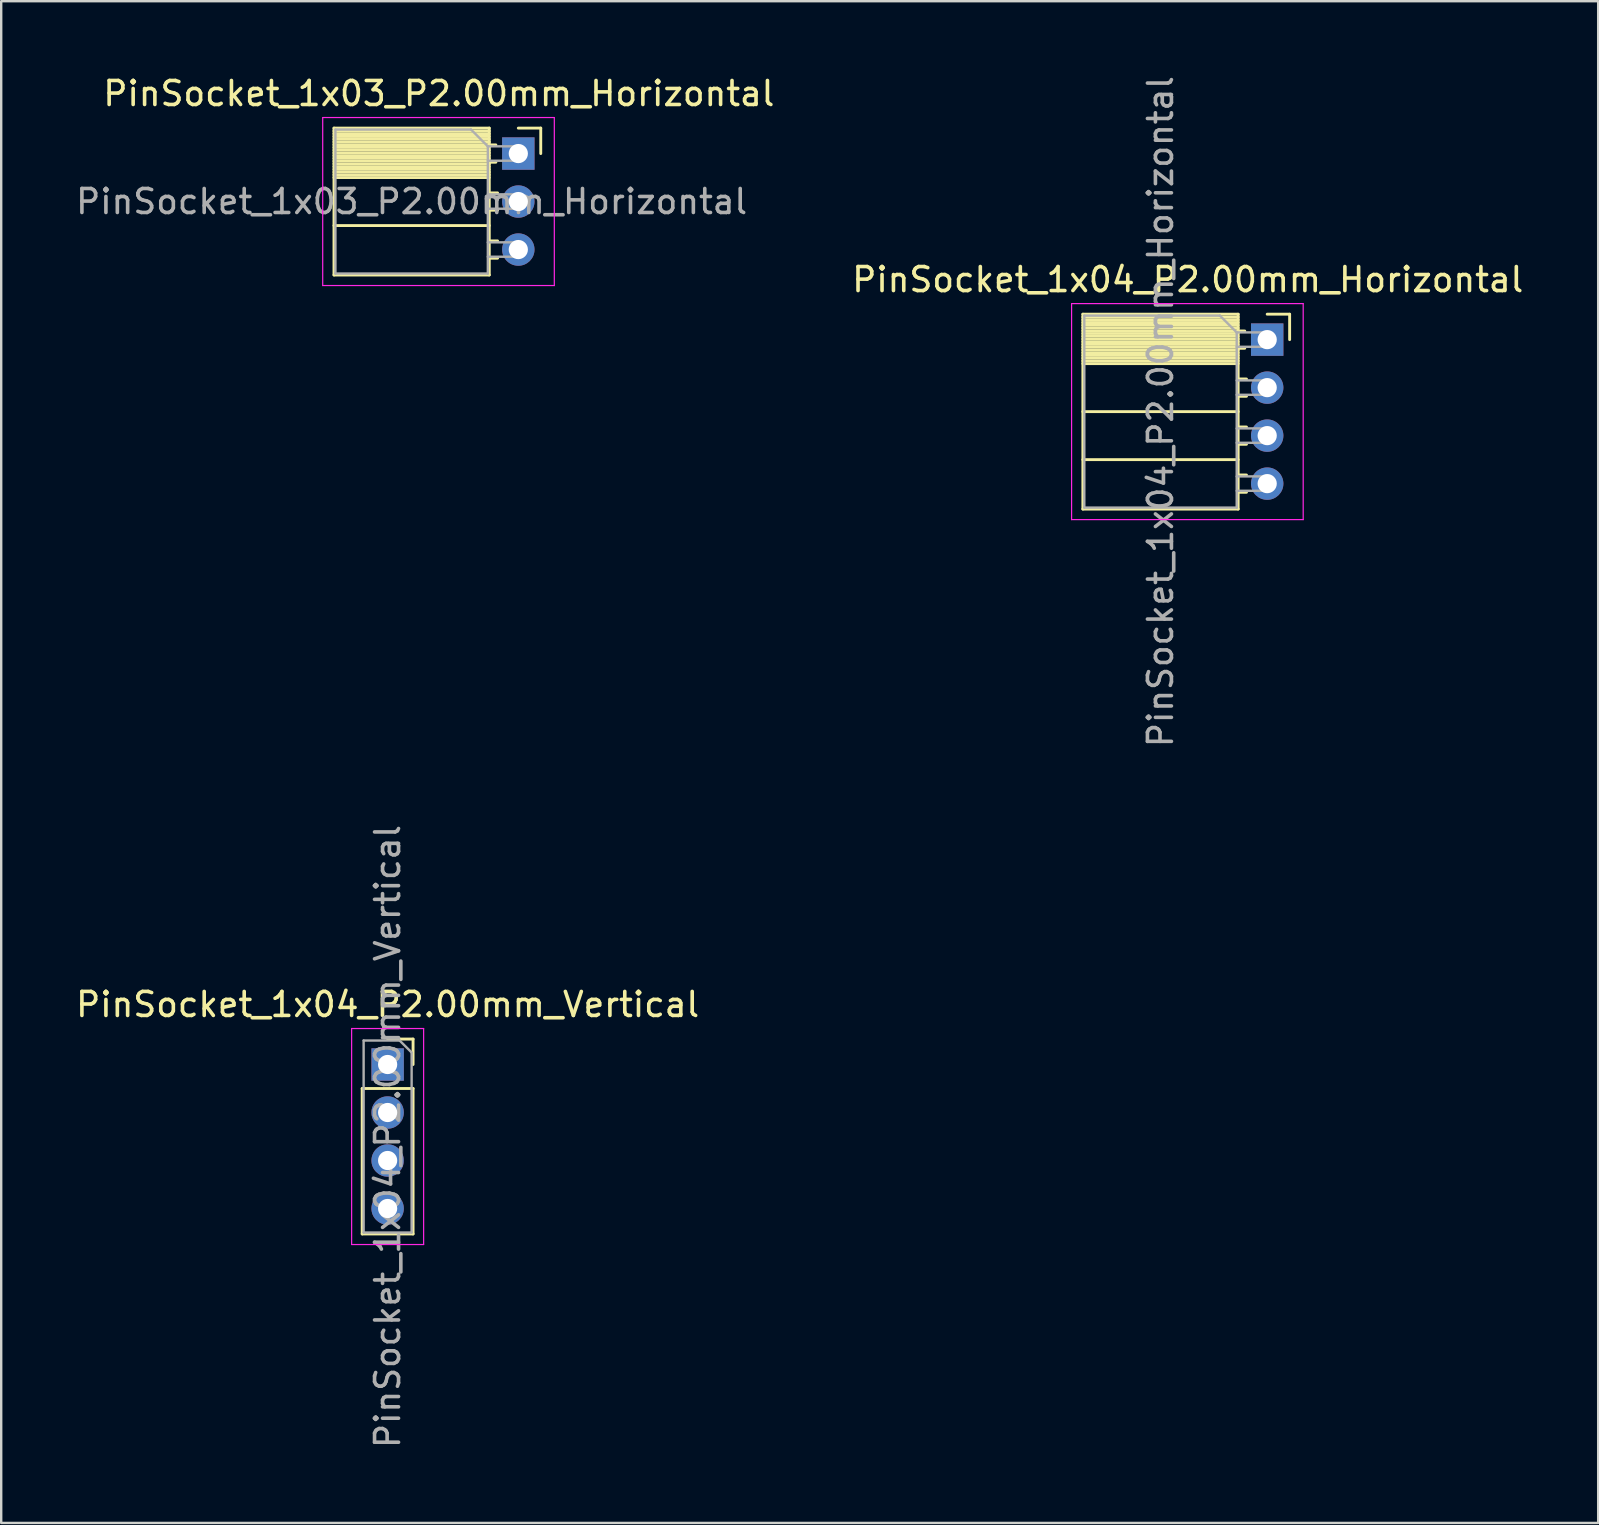
<source format=kicad_pcb>
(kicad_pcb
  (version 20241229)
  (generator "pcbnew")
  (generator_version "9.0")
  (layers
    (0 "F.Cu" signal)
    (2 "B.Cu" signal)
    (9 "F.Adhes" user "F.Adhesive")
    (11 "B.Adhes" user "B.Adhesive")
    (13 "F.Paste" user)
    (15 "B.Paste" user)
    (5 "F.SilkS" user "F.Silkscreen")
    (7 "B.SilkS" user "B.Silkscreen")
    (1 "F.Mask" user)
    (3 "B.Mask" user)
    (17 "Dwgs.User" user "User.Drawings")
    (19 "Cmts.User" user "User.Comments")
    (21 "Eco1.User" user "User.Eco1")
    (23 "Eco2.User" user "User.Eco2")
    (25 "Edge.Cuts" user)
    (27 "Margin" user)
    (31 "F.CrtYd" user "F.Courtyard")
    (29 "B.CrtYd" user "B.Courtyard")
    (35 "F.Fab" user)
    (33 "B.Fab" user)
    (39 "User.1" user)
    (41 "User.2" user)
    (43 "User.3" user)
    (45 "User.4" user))
  (footprint "PinSocket_1x04_P2.00mm_Vertical"
    (layer "F.Cu")
    (at 13.101 41.304)
    (property "Reference" "PinSocket_1x04_P2.00mm_Vertical" (at 0 -2.5 0) (layer "F.SilkS") (effects (font (size 1 1) (thickness 0.15))))
    (attr through_hole)
    (fp_line (start -1.06 1) (end -1.06 7.06) (stroke (width 0.12) (type solid)) (layer "F.SilkS"))
    (fp_line (start -1.06 1) (end 1.06 1) (stroke (width 0.12) (type solid)) (layer "F.SilkS"))
    (fp_line (start -1.06 7.06) (end 1.06 7.06) (stroke (width 0.12) (type solid)) (layer "F.SilkS"))
    (fp_line (start 0 -1.06) (end 1.06 -1.06) (stroke (width 0.12) (type solid)) (layer "F.SilkS"))
    (fp_line (start 1.06 -1.06) (end 1.06 0) (stroke (width 0.12) (type solid)) (layer "F.SilkS"))
    (fp_line (start 1.06 1) (end 1.06 7.06) (stroke (width 0.12) (type solid)) (layer "F.SilkS"))
    (fp_line (start -1.5 -1.5) (end 1.5 -1.5) (stroke (width 0.05) (type solid)) (layer "F.CrtYd"))
    (fp_line (start -1.5 7.5) (end -1.5 -1.5) (stroke (width 0.05) (type solid)) (layer "F.CrtYd"))
    (fp_line (start 1.5 -1.5) (end 1.5 7.5) (stroke (width 0.05) (type solid)) (layer "F.CrtYd"))
    (fp_line (start 1.5 7.5) (end -1.5 7.5) (stroke (width 0.05) (type solid)) (layer "F.CrtYd"))
    (fp_line (start -1 -1) (end 0.5 -1) (stroke (width 0.1) (type solid)) (layer "F.Fab"))
    (fp_line (start -1 7) (end -1 -1) (stroke (width 0.1) (type solid)) (layer "F.Fab"))
    (fp_line (start 0.5 -1) (end 1 -0.5) (stroke (width 0.1) (type solid)) (layer "F.Fab"))
    (fp_line (start 1 -0.5) (end 1 7) (stroke (width 0.1) (type solid)) (layer "F.Fab"))
    (fp_line (start 1 7) (end -1 7) (stroke (width 0.1) (type solid)) (layer "F.Fab"))
    (fp_text user "${REFERENCE}" (at 0 3 90) (layer "F.Fab") (effects (font (size 1 1) (thickness 0.15))))
    (pad "1" thru_hole rect (at 0 0) (size 1.35 1.35) (drill 0.8) (layers "*.Cu" "*.Mask"))
    (pad "2" thru_hole oval (at 0 2) (size 1.35 1.35) (drill 0.8) (layers "*.Cu" "*.Mask"))
    (pad "3" thru_hole oval (at 0 4) (size 1.35 1.35) (drill 0.8) (layers "*.Cu" "*.Mask"))
    (pad "4" thru_hole oval (at 0 6) (size 1.35 1.35) (drill 0.8) (layers "*.Cu" "*.Mask")))
  (footprint "PinSocket_1x03_P2.00mm_Horizontal"
    (layer "F.Cu")
    (at 18.546 3.348)
    (property "Reference" "PinSocket_1x03_P2.00mm_Horizontal" (at -3.31 -2.5 0) (layer "F.SilkS") (effects (font (size 1 1) (thickness 0.15))))
    (attr through_hole)
    (fp_line (start -7.68 -1.06) (end -7.68 5.06) (stroke (width 0.12) (type solid)) (layer "F.SilkS"))
    (fp_line (start -7.68 -1.06) (end -1.21 -1.06) (stroke (width 0.12) (type solid)) (layer "F.SilkS"))
    (fp_line (start -7.68 -0.94) (end -1.21 -0.94) (stroke (width 0.12) (type solid)) (layer "F.SilkS"))
    (fp_line (start -7.68 -0.826) (end -1.21 -0.826) (stroke (width 0.12) (type solid)) (layer "F.SilkS"))
    (fp_line (start -7.68 -0.712) (end -1.21 -0.712) (stroke (width 0.12) (type solid)) (layer "F.SilkS"))
    (fp_line (start -7.68 -0.598) (end -1.21 -0.598) (stroke (width 0.12) (type solid)) (layer "F.SilkS"))
    (fp_line (start -7.68 -0.484) (end -1.21 -0.484) (stroke (width 0.12) (type solid)) (layer "F.SilkS"))
    (fp_line (start -7.68 -0.369) (end -1.21 -0.369) (stroke (width 0.12) (type solid)) (layer "F.SilkS"))
    (fp_line (start -7.68 -0.255) (end -1.21 -0.255) (stroke (width 0.12) (type solid)) (layer "F.SilkS"))
    (fp_line (start -7.68 -0.141) (end -1.21 -0.141) (stroke (width 0.12) (type solid)) (layer "F.SilkS"))
    (fp_line (start -7.68 -0.027) (end -1.21 -0.027) (stroke (width 0.12) (type solid)) (layer "F.SilkS"))
    (fp_line (start -7.68 0.087) (end -1.21 0.087) (stroke (width 0.12) (type solid)) (layer "F.SilkS"))
    (fp_line (start -7.68 0.201) (end -1.21 0.201) (stroke (width 0.12) (type solid)) (layer "F.SilkS"))
    (fp_line (start -7.68 0.315) (end -1.21 0.315) (stroke (width 0.12) (type solid)) (layer "F.SilkS"))
    (fp_line (start -7.68 0.429) (end -1.21 0.429) (stroke (width 0.12) (type solid)) (layer "F.SilkS"))
    (fp_line (start -7.68 0.544) (end -1.21 0.544) (stroke (width 0.12) (type solid)) (layer "F.SilkS"))
    (fp_line (start -7.68 0.658) (end -1.21 0.658) (stroke (width 0.12) (type solid)) (layer "F.SilkS"))
    (fp_line (start -7.68 0.772) (end -1.21 0.772) (stroke (width 0.12) (type solid)) (layer "F.SilkS"))
    (fp_line (start -7.68 0.886) (end -1.21 0.886) (stroke (width 0.12) (type solid)) (layer "F.SilkS"))
    (fp_line (start -7.68 1) (end -1.21 1) (stroke (width 0.12) (type solid)) (layer "F.SilkS"))
    (fp_line (start -7.68 3) (end -1.21 3) (stroke (width 0.12) (type solid)) (layer "F.SilkS"))
    (fp_line (start -7.68 5.06) (end -1.21 5.06) (stroke (width 0.12) (type solid)) (layer "F.SilkS"))
    (fp_line (start -1.21 -1.06) (end -1.21 5.06) (stroke (width 0.12) (type solid)) (layer "F.SilkS"))
    (fp_line (start -1.21 -0.36) (end -0.935 -0.36) (stroke (width 0.12) (type solid)) (layer "F.SilkS"))
    (fp_line (start -1.21 0.36) (end -0.935 0.36) (stroke (width 0.12) (type solid)) (layer "F.SilkS"))
    (fp_line (start -1.21 1.64) (end -0.863 1.64) (stroke (width 0.12) (type solid)) (layer "F.SilkS"))
    (fp_line (start -1.21 2.36) (end -0.863 2.36) (stroke (width 0.12) (type solid)) (layer "F.SilkS"))
    (fp_line (start -1.21 3.64) (end -0.863 3.64) (stroke (width 0.12) (type solid)) (layer "F.SilkS"))
    (fp_line (start -1.21 4.36) (end -0.863 4.36) (stroke (width 0.12) (type solid)) (layer "F.SilkS"))
    (fp_line (start 0 -1.06) (end 0.935 -1.06) (stroke (width 0.12) (type solid)) (layer "F.SilkS"))
    (fp_line (start 0.935 -1.06) (end 0.935 0) (stroke (width 0.12) (type solid)) (layer "F.SilkS"))
    (fp_line (start -8.15 -1.5) (end -8.15 5.5) (stroke (width 0.05) (type solid)) (layer "F.CrtYd"))
    (fp_line (start -8.15 5.5) (end 1.5 5.5) (stroke (width 0.05) (type solid)) (layer "F.CrtYd"))
    (fp_line (start 1.5 -1.5) (end -8.15 -1.5) (stroke (width 0.05) (type solid)) (layer "F.CrtYd"))
    (fp_line (start 1.5 5.5) (end 1.5 -1.5) (stroke (width 0.05) (type solid)) (layer "F.CrtYd"))
    (fp_line (start -7.62 -1) (end -1.97 -1) (stroke (width 0.1) (type solid)) (layer "F.Fab"))
    (fp_line (start -7.62 5) (end -7.62 -1) (stroke (width 0.1) (type solid)) (layer "F.Fab"))
    (fp_line (start -1.97 -1) (end -1.27 -0.3) (stroke (width 0.1) (type solid)) (layer "F.Fab"))
    (fp_line (start -1.27 -0.3) (end -1.27 5) (stroke (width 0.1) (type solid)) (layer "F.Fab"))
    (fp_line (start -1.27 0.3) (end 0 0.3) (stroke (width 0.1) (type solid)) (layer "F.Fab"))
    (fp_line (start -1.27 2.3) (end 0 2.3) (stroke (width 0.1) (type solid)) (layer "F.Fab"))
    (fp_line (start -1.27 4.3) (end 0 4.3) (stroke (width 0.1) (type solid)) (layer "F.Fab"))
    (fp_line (start -1.27 5) (end -7.62 5) (stroke (width 0.1) (type solid)) (layer "F.Fab"))
    (fp_line (start 0 -0.3) (end -1.27 -0.3) (stroke (width 0.1) (type solid)) (layer "F.Fab"))
    (fp_line (start 0 0.3) (end 0 -0.3) (stroke (width 0.1) (type solid)) (layer "F.Fab"))
    (fp_line (start 0 1.7) (end -1.27 1.7) (stroke (width 0.1) (type solid)) (layer "F.Fab"))
    (fp_line (start 0 2.3) (end 0 1.7) (stroke (width 0.1) (type solid)) (layer "F.Fab"))
    (fp_line (start 0 3.7) (end -1.27 3.7) (stroke (width 0.1) (type solid)) (layer "F.Fab"))
    (fp_line (start 0 4.3) (end 0 3.7) (stroke (width 0.1) (type solid)) (layer "F.Fab"))
    (fp_text user "${REFERENCE}" (at -4.445 2 0) (layer "F.Fab") (effects (font (size 1 1) (thickness 0.15))))
    (pad "1" thru_hole rect (at 0 0) (size 1.35 1.35) (drill 0.8) (layers "*.Cu" "*.Mask"))
    (pad "2" thru_hole oval (at 0 2) (size 1.35 1.35) (drill 0.8) (layers "*.Cu" "*.Mask"))
    (pad "3" thru_hole oval (at 0 4) (size 1.35 1.35) (drill 0.8) (layers "*.Cu" "*.Mask")))
  (footprint "PinSocket_1x04_P2.00mm_Horizontal"
    (layer "F.Cu")
    (at 49.749 11.101)
    (property "Reference" "PinSocket_1x04_P2.00mm_Horizontal" (at -3.31 -2.5 0) (layer "F.SilkS") (effects (font (size 1 1) (thickness 0.15))))
    (attr through_hole)
    (fp_line (start -7.68 -1.06) (end -7.68 7.06) (stroke (width 0.12) (type solid)) (layer "F.SilkS"))
    (fp_line (start -7.68 -1.06) (end -1.21 -1.06) (stroke (width 0.12) (type solid)) (layer "F.SilkS"))
    (fp_line (start -7.68 -0.94) (end -1.21 -0.94) (stroke (width 0.12) (type solid)) (layer "F.SilkS"))
    (fp_line (start -7.68 -0.826) (end -1.21 -0.826) (stroke (width 0.12) (type solid)) (layer "F.SilkS"))
    (fp_line (start -7.68 -0.712) (end -1.21 -0.712) (stroke (width 0.12) (type solid)) (layer "F.SilkS"))
    (fp_line (start -7.68 -0.598) (end -1.21 -0.598) (stroke (width 0.12) (type solid)) (layer "F.SilkS"))
    (fp_line (start -7.68 -0.484) (end -1.21 -0.484) (stroke (width 0.12) (type solid)) (layer "F.SilkS"))
    (fp_line (start -7.68 -0.369) (end -1.21 -0.369) (stroke (width 0.12) (type solid)) (layer "F.SilkS"))
    (fp_line (start -7.68 -0.255) (end -1.21 -0.255) (stroke (width 0.12) (type solid)) (layer "F.SilkS"))
    (fp_line (start -7.68 -0.141) (end -1.21 -0.141) (stroke (width 0.12) (type solid)) (layer "F.SilkS"))
    (fp_line (start -7.68 -0.027) (end -1.21 -0.027) (stroke (width 0.12) (type solid)) (layer "F.SilkS"))
    (fp_line (start -7.68 0.087) (end -1.21 0.087) (stroke (width 0.12) (type solid)) (layer "F.SilkS"))
    (fp_line (start -7.68 0.201) (end -1.21 0.201) (stroke (width 0.12) (type solid)) (layer "F.SilkS"))
    (fp_line (start -7.68 0.315) (end -1.21 0.315) (stroke (width 0.12) (type solid)) (layer "F.SilkS"))
    (fp_line (start -7.68 0.429) (end -1.21 0.429) (stroke (width 0.12) (type solid)) (layer "F.SilkS"))
    (fp_line (start -7.68 0.544) (end -1.21 0.544) (stroke (width 0.12) (type solid)) (layer "F.SilkS"))
    (fp_line (start -7.68 0.658) (end -1.21 0.658) (stroke (width 0.12) (type solid)) (layer "F.SilkS"))
    (fp_line (start -7.68 0.772) (end -1.21 0.772) (stroke (width 0.12) (type solid)) (layer "F.SilkS"))
    (fp_line (start -7.68 0.886) (end -1.21 0.886) (stroke (width 0.12) (type solid)) (layer "F.SilkS"))
    (fp_line (start -7.68 1) (end -1.21 1) (stroke (width 0.12) (type solid)) (layer "F.SilkS"))
    (fp_line (start -7.68 3) (end -1.21 3) (stroke (width 0.12) (type solid)) (layer "F.SilkS"))
    (fp_line (start -7.68 5) (end -1.21 5) (stroke (width 0.12) (type solid)) (layer "F.SilkS"))
    (fp_line (start -7.68 7.06) (end -1.21 7.06) (stroke (width 0.12) (type solid)) (layer "F.SilkS"))
    (fp_line (start -1.21 -1.06) (end -1.21 7.06) (stroke (width 0.12) (type solid)) (layer "F.SilkS"))
    (fp_line (start -1.21 -0.36) (end -0.935 -0.36) (stroke (width 0.12) (type solid)) (layer "F.SilkS"))
    (fp_line (start -1.21 0.36) (end -0.935 0.36) (stroke (width 0.12) (type solid)) (layer "F.SilkS"))
    (fp_line (start -1.21 1.64) (end -0.863 1.64) (stroke (width 0.12) (type solid)) (layer "F.SilkS"))
    (fp_line (start -1.21 2.36) (end -0.863 2.36) (stroke (width 0.12) (type solid)) (layer "F.SilkS"))
    (fp_line (start -1.21 3.64) (end -0.863 3.64) (stroke (width 0.12) (type solid)) (layer "F.SilkS"))
    (fp_line (start -1.21 4.36) (end -0.863 4.36) (stroke (width 0.12) (type solid)) (layer "F.SilkS"))
    (fp_line (start -1.21 5.64) (end -0.863 5.64) (stroke (width 0.12) (type solid)) (layer "F.SilkS"))
    (fp_line (start -1.21 6.36) (end -0.863 6.36) (stroke (width 0.12) (type solid)) (layer "F.SilkS"))
    (fp_line (start 0 -1.06) (end 0.935 -1.06) (stroke (width 0.12) (type solid)) (layer "F.SilkS"))
    (fp_line (start 0.935 -1.06) (end 0.935 0) (stroke (width 0.12) (type solid)) (layer "F.SilkS"))
    (fp_line (start -8.15 -1.5) (end -8.15 7.5) (stroke (width 0.05) (type solid)) (layer "F.CrtYd"))
    (fp_line (start -8.15 7.5) (end 1.5 7.5) (stroke (width 0.05) (type solid)) (layer "F.CrtYd"))
    (fp_line (start 1.5 -1.5) (end -8.15 -1.5) (stroke (width 0.05) (type solid)) (layer "F.CrtYd"))
    (fp_line (start 1.5 7.5) (end 1.5 -1.5) (stroke (width 0.05) (type solid)) (layer "F.CrtYd"))
    (fp_line (start -7.62 -1) (end -1.97 -1) (stroke (width 0.1) (type solid)) (layer "F.Fab"))
    (fp_line (start -7.62 7) (end -7.62 -1) (stroke (width 0.1) (type solid)) (layer "F.Fab"))
    (fp_line (start -1.97 -1) (end -1.27 -0.3) (stroke (width 0.1) (type solid)) (layer "F.Fab"))
    (fp_line (start -1.27 -0.3) (end -1.27 7) (stroke (width 0.1) (type solid)) (layer "F.Fab"))
    (fp_line (start -1.27 0.3) (end 0 0.3) (stroke (width 0.1) (type solid)) (layer "F.Fab"))
    (fp_line (start -1.27 2.3) (end 0 2.3) (stroke (width 0.1) (type solid)) (layer "F.Fab"))
    (fp_line (start -1.27 4.3) (end 0 4.3) (stroke (width 0.1) (type solid)) (layer "F.Fab"))
    (fp_line (start -1.27 6.3) (end 0 6.3) (stroke (width 0.1) (type solid)) (layer "F.Fab"))
    (fp_line (start -1.27 7) (end -7.62 7) (stroke (width 0.1) (type solid)) (layer "F.Fab"))
    (fp_line (start 0 -0.3) (end -1.27 -0.3) (stroke (width 0.1) (type solid)) (layer "F.Fab"))
    (fp_line (start 0 0.3) (end 0 -0.3) (stroke (width 0.1) (type solid)) (layer "F.Fab"))
    (fp_line (start 0 1.7) (end -1.27 1.7) (stroke (width 0.1) (type solid)) (layer "F.Fab"))
    (fp_line (start 0 2.3) (end 0 1.7) (stroke (width 0.1) (type solid)) (layer "F.Fab"))
    (fp_line (start 0 3.7) (end -1.27 3.7) (stroke (width 0.1) (type solid)) (layer "F.Fab"))
    (fp_line (start 0 4.3) (end 0 3.7) (stroke (width 0.1) (type solid)) (layer "F.Fab"))
    (fp_line (start 0 5.7) (end -1.27 5.7) (stroke (width 0.1) (type solid)) (layer "F.Fab"))
    (fp_line (start 0 6.3) (end 0 5.7) (stroke (width 0.1) (type solid)) (layer "F.Fab"))
    (fp_text user "${REFERENCE}" (at -4.445 3 90) (layer "F.Fab") (effects (font (size 1 1) (thickness 0.15))))
    (pad "1" thru_hole rect (at 0 0) (size 1.35 1.35) (drill 0.8) (layers "*.Cu" "*.Mask"))
    (pad "2" thru_hole oval (at 0 2) (size 1.35 1.35) (drill 0.8) (layers "*.Cu" "*.Mask"))
    (pad "3" thru_hole oval (at 0 4) (size 1.35 1.35) (drill 0.8) (layers "*.Cu" "*.Mask"))
    (pad "4" thru_hole oval (at 0 6) (size 1.35 1.35) (drill 0.8) (layers "*.Cu" "*.Mask")))
  (gr_rect
    (start -3 -3)
    (end 63.54 60.405)
    (stroke (width 0.1) (type default))
    (fill no)
    (layer "Edge.Cuts")))
</source>
